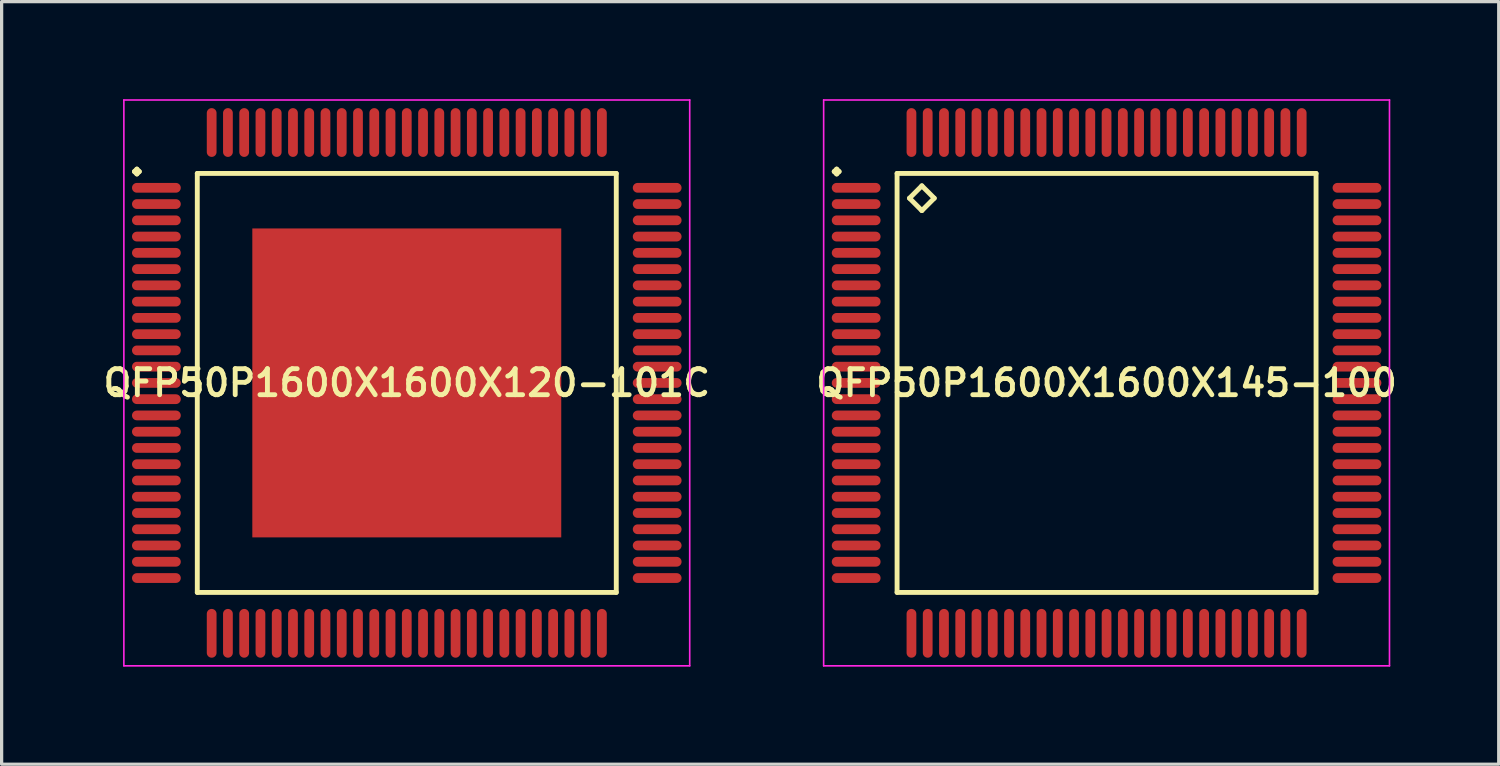
<source format=kicad_pcb>
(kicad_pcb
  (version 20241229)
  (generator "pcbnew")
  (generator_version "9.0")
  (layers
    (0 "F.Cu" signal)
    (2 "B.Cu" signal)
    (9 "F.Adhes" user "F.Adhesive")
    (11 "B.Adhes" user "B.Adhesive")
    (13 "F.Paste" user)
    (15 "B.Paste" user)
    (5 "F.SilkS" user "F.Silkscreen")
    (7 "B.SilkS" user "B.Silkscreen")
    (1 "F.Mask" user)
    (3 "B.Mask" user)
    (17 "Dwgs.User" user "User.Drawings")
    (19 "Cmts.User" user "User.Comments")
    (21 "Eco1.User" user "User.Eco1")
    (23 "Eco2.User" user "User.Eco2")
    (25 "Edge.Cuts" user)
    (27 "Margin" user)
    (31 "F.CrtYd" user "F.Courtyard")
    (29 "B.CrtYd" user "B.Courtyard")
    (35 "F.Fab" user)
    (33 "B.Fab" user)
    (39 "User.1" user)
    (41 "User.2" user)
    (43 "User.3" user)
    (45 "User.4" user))
  (footprint "QFP50P1600X1600X120-101C"
    (layer "F.Cu")
    (at 9.459 8.725)
    (property "Reference" "QFP50P1600X1600X120-101C" (at 0 0 0) (layer "F.SilkS") (effects (font (size 0.8 0.8) (thickness 0.15))))
    (attr smd)
    (fp_line (start -8.375 -6.5) (end -8.3 -6.575) (stroke (width 0.15) (type solid)) (layer "F.SilkS"))
    (fp_line (start -8.3 -6.575) (end -8.225 -6.5) (stroke (width 0.15) (type solid)) (layer "F.SilkS"))
    (fp_line (start -8.3 -6.425) (end -8.375 -6.5) (stroke (width 0.15) (type solid)) (layer "F.SilkS"))
    (fp_line (start -8.225 -6.5) (end -8.3 -6.425) (stroke (width 0.15) (type solid)) (layer "F.SilkS"))
    (fp_line (start -6.442 -6.442) (end -6.442 6.442) (stroke (width 0.15) (type solid)) (layer "F.SilkS"))
    (fp_line (start -6.442 6.442) (end 6.442 6.442) (stroke (width 0.15) (type solid)) (layer "F.SilkS"))
    (fp_line (start 6.442 -6.442) (end -6.442 -6.442) (stroke (width 0.15) (type solid)) (layer "F.SilkS"))
    (fp_line (start 6.442 6.442) (end 6.442 -6.442) (stroke (width 0.15) (type solid)) (layer "F.SilkS"))
    (fp_line (start -8.7 -8.7) (end 8.7 -8.7) (stroke (width 0.05) (type solid)) (layer "F.CrtYd"))
    (fp_line (start -8.7 8.7) (end -8.7 -8.7) (stroke (width 0.05) (type solid)) (layer "F.CrtYd"))
    (fp_line (start 8.7 -8.7) (end 8.7 8.7) (stroke (width 0.05) (type solid)) (layer "F.CrtYd"))
    (fp_line (start 8.7 8.7) (end -8.7 8.7) (stroke (width 0.05) (type solid)) (layer "F.CrtYd"))
    (pad "1" smd oval (at -7.7 -6) (size 1.5 0.3) (layers "F.Cu" "F.Mask" "F.Paste"))
    (pad "2" smd oval (at -7.7 -5.5) (size 1.5 0.3) (layers "F.Cu" "F.Mask" "F.Paste"))
    (pad "3" smd oval (at -7.7 -5) (size 1.5 0.3) (layers "F.Cu" "F.Mask" "F.Paste"))
    (pad "4" smd oval (at -7.7 -4.5) (size 1.5 0.3) (layers "F.Cu" "F.Mask" "F.Paste"))
    (pad "5" smd oval (at -7.7 -4) (size 1.5 0.3) (layers "F.Cu" "F.Mask" "F.Paste"))
    (pad "6" smd oval (at -7.7 -3.5) (size 1.5 0.3) (layers "F.Cu" "F.Mask" "F.Paste"))
    (pad "7" smd oval (at -7.7 -3) (size 1.5 0.3) (layers "F.Cu" "F.Mask" "F.Paste"))
    (pad "8" smd oval (at -7.7 -2.5) (size 1.5 0.3) (layers "F.Cu" "F.Mask" "F.Paste"))
    (pad "9" smd oval (at -7.7 -2) (size 1.5 0.3) (layers "F.Cu" "F.Mask" "F.Paste"))
    (pad "10" smd oval (at -7.7 -1.5) (size 1.5 0.3) (layers "F.Cu" "F.Mask" "F.Paste"))
    (pad "11" smd oval (at -7.7 -1) (size 1.5 0.3) (layers "F.Cu" "F.Mask" "F.Paste"))
    (pad "12" smd oval (at -7.7 -0.5) (size 1.5 0.3) (layers "F.Cu" "F.Mask" "F.Paste"))
    (pad "13" smd oval (at -7.7 0) (size 1.5 0.3) (layers "F.Cu" "F.Mask" "F.Paste"))
    (pad "14" smd oval (at -7.7 0.5) (size 1.5 0.3) (layers "F.Cu" "F.Mask" "F.Paste"))
    (pad "15" smd oval (at -7.7 1) (size 1.5 0.3) (layers "F.Cu" "F.Mask" "F.Paste"))
    (pad "16" smd oval (at -7.7 1.5) (size 1.5 0.3) (layers "F.Cu" "F.Mask" "F.Paste"))
    (pad "17" smd oval (at -7.7 2) (size 1.5 0.3) (layers "F.Cu" "F.Mask" "F.Paste"))
    (pad "18" smd oval (at -7.7 2.5) (size 1.5 0.3) (layers "F.Cu" "F.Mask" "F.Paste"))
    (pad "19" smd oval (at -7.7 3) (size 1.5 0.3) (layers "F.Cu" "F.Mask" "F.Paste"))
    (pad "20" smd oval (at -7.7 3.5) (size 1.5 0.3) (layers "F.Cu" "F.Mask" "F.Paste"))
    (pad "21" smd oval (at -7.7 4) (size 1.5 0.3) (layers "F.Cu" "F.Mask" "F.Paste"))
    (pad "22" smd oval (at -7.7 4.5) (size 1.5 0.3) (layers "F.Cu" "F.Mask" "F.Paste"))
    (pad "23" smd oval (at -7.7 5) (size 1.5 0.3) (layers "F.Cu" "F.Mask" "F.Paste"))
    (pad "24" smd oval (at -7.7 5.5) (size 1.5 0.3) (layers "F.Cu" "F.Mask" "F.Paste"))
    (pad "25" smd oval (at -7.7 6) (size 1.5 0.3) (layers "F.Cu" "F.Mask" "F.Paste"))
    (pad "26" smd oval (at -6 7.7) (size 0.3 1.5) (layers "F.Cu" "F.Mask" "F.Paste"))
    (pad "27" smd oval (at -5.5 7.7) (size 0.3 1.5) (layers "F.Cu" "F.Mask" "F.Paste"))
    (pad "28" smd oval (at -5 7.7) (size 0.3 1.5) (layers "F.Cu" "F.Mask" "F.Paste"))
    (pad "29" smd oval (at -4.5 7.7) (size 0.3 1.5) (layers "F.Cu" "F.Mask" "F.Paste"))
    (pad "30" smd oval (at -4 7.7) (size 0.3 1.5) (layers "F.Cu" "F.Mask" "F.Paste"))
    (pad "31" smd oval (at -3.5 7.7) (size 0.3 1.5) (layers "F.Cu" "F.Mask" "F.Paste"))
    (pad "32" smd oval (at -3 7.7) (size 0.3 1.5) (layers "F.Cu" "F.Mask" "F.Paste"))
    (pad "33" smd oval (at -2.5 7.7) (size 0.3 1.5) (layers "F.Cu" "F.Mask" "F.Paste"))
    (pad "34" smd oval (at -2 7.7) (size 0.3 1.5) (layers "F.Cu" "F.Mask" "F.Paste"))
    (pad "35" smd oval (at -1.5 7.7) (size 0.3 1.5) (layers "F.Cu" "F.Mask" "F.Paste"))
    (pad "36" smd oval (at -1 7.7) (size 0.3 1.5) (layers "F.Cu" "F.Mask" "F.Paste"))
    (pad "37" smd oval (at -0.5 7.7) (size 0.3 1.5) (layers "F.Cu" "F.Mask" "F.Paste"))
    (pad "38" smd oval (at 0 7.7) (size 0.3 1.5) (layers "F.Cu" "F.Mask" "F.Paste"))
    (pad "39" smd oval (at 0.5 7.7) (size 0.3 1.5) (layers "F.Cu" "F.Mask" "F.Paste"))
    (pad "40" smd oval (at 1 7.7) (size 0.3 1.5) (layers "F.Cu" "F.Mask" "F.Paste"))
    (pad "41" smd oval (at 1.5 7.7) (size 0.3 1.5) (layers "F.Cu" "F.Mask" "F.Paste"))
    (pad "42" smd oval (at 2 7.7) (size 0.3 1.5) (layers "F.Cu" "F.Mask" "F.Paste"))
    (pad "43" smd oval (at 2.5 7.7) (size 0.3 1.5) (layers "F.Cu" "F.Mask" "F.Paste"))
    (pad "44" smd oval (at 3 7.7) (size 0.3 1.5) (layers "F.Cu" "F.Mask" "F.Paste"))
    (pad "45" smd oval (at 3.5 7.7) (size 0.3 1.5) (layers "F.Cu" "F.Mask" "F.Paste"))
    (pad "46" smd oval (at 4 7.7) (size 0.3 1.5) (layers "F.Cu" "F.Mask" "F.Paste"))
    (pad "47" smd oval (at 4.5 7.7) (size 0.3 1.5) (layers "F.Cu" "F.Mask" "F.Paste"))
    (pad "48" smd oval (at 5 7.7) (size 0.3 1.5) (layers "F.Cu" "F.Mask" "F.Paste"))
    (pad "49" smd oval (at 5.5 7.7) (size 0.3 1.5) (layers "F.Cu" "F.Mask" "F.Paste"))
    (pad "50" smd oval (at 6 7.7) (size 0.3 1.5) (layers "F.Cu" "F.Mask" "F.Paste"))
    (pad "51" smd oval (at 7.7 6) (size 1.5 0.3) (layers "F.Cu" "F.Mask" "F.Paste"))
    (pad "52" smd oval (at 7.7 5.5) (size 1.5 0.3) (layers "F.Cu" "F.Mask" "F.Paste"))
    (pad "53" smd oval (at 7.7 5) (size 1.5 0.3) (layers "F.Cu" "F.Mask" "F.Paste"))
    (pad "54" smd oval (at 7.7 4.5) (size 1.5 0.3) (layers "F.Cu" "F.Mask" "F.Paste"))
    (pad "55" smd oval (at 7.7 4) (size 1.5 0.3) (layers "F.Cu" "F.Mask" "F.Paste"))
    (pad "56" smd oval (at 7.7 3.5) (size 1.5 0.3) (layers "F.Cu" "F.Mask" "F.Paste"))
    (pad "57" smd oval (at 7.7 3) (size 1.5 0.3) (layers "F.Cu" "F.Mask" "F.Paste"))
    (pad "58" smd oval (at 7.7 2.5) (size 1.5 0.3) (layers "F.Cu" "F.Mask" "F.Paste"))
    (pad "59" smd oval (at 7.7 2) (size 1.5 0.3) (layers "F.Cu" "F.Mask" "F.Paste"))
    (pad "60" smd oval (at 7.7 1.5) (size 1.5 0.3) (layers "F.Cu" "F.Mask" "F.Paste"))
    (pad "61" smd oval (at 7.7 1) (size 1.5 0.3) (layers "F.Cu" "F.Mask" "F.Paste"))
    (pad "62" smd oval (at 7.7 0.5) (size 1.5 0.3) (layers "F.Cu" "F.Mask" "F.Paste"))
    (pad "63" smd oval (at 7.7 0) (size 1.5 0.3) (layers "F.Cu" "F.Mask" "F.Paste"))
    (pad "64" smd oval (at 7.7 -0.5) (size 1.5 0.3) (layers "F.Cu" "F.Mask" "F.Paste"))
    (pad "65" smd oval (at 7.7 -1) (size 1.5 0.3) (layers "F.Cu" "F.Mask" "F.Paste"))
    (pad "66" smd oval (at 7.7 -1.5) (size 1.5 0.3) (layers "F.Cu" "F.Mask" "F.Paste"))
    (pad "67" smd oval (at 7.7 -2) (size 1.5 0.3) (layers "F.Cu" "F.Mask" "F.Paste"))
    (pad "68" smd oval (at 7.7 -2.5) (size 1.5 0.3) (layers "F.Cu" "F.Mask" "F.Paste"))
    (pad "69" smd oval (at 7.7 -3) (size 1.5 0.3) (layers "F.Cu" "F.Mask" "F.Paste"))
    (pad "70" smd oval (at 7.7 -3.5) (size 1.5 0.3) (layers "F.Cu" "F.Mask" "F.Paste"))
    (pad "71" smd oval (at 7.7 -4) (size 1.5 0.3) (layers "F.Cu" "F.Mask" "F.Paste"))
    (pad "72" smd oval (at 7.7 -4.5) (size 1.5 0.3) (layers "F.Cu" "F.Mask" "F.Paste"))
    (pad "73" smd oval (at 7.7 -5) (size 1.5 0.3) (layers "F.Cu" "F.Mask" "F.Paste"))
    (pad "74" smd oval (at 7.7 -5.5) (size 1.5 0.3) (layers "F.Cu" "F.Mask" "F.Paste"))
    (pad "75" smd oval (at 7.7 -6) (size 1.5 0.3) (layers "F.Cu" "F.Mask" "F.Paste"))
    (pad "76" smd oval (at 6 -7.7) (size 0.3 1.5) (layers "F.Cu" "F.Mask" "F.Paste"))
    (pad "77" smd oval (at 5.5 -7.7) (size 0.3 1.5) (layers "F.Cu" "F.Mask" "F.Paste"))
    (pad "78" smd oval (at 5 -7.7) (size 0.3 1.5) (layers "F.Cu" "F.Mask" "F.Paste"))
    (pad "79" smd oval (at 4.5 -7.7) (size 0.3 1.5) (layers "F.Cu" "F.Mask" "F.Paste"))
    (pad "80" smd oval (at 4 -7.7) (size 0.3 1.5) (layers "F.Cu" "F.Mask" "F.Paste"))
    (pad "81" smd oval (at 3.5 -7.7) (size 0.3 1.5) (layers "F.Cu" "F.Mask" "F.Paste"))
    (pad "82" smd oval (at 3 -7.7) (size 0.3 1.5) (layers "F.Cu" "F.Mask" "F.Paste"))
    (pad "83" smd oval (at 2.5 -7.7) (size 0.3 1.5) (layers "F.Cu" "F.Mask" "F.Paste"))
    (pad "84" smd oval (at 2 -7.7) (size 0.3 1.5) (layers "F.Cu" "F.Mask" "F.Paste"))
    (pad "85" smd oval (at 1.5 -7.7) (size 0.3 1.5) (layers "F.Cu" "F.Mask" "F.Paste"))
    (pad "86" smd oval (at 1 -7.7) (size 0.3 1.5) (layers "F.Cu" "F.Mask" "F.Paste"))
    (pad "87" smd oval (at 0.5 -7.7) (size 0.3 1.5) (layers "F.Cu" "F.Mask" "F.Paste"))
    (pad "88" smd oval (at 0 -7.7) (size 0.3 1.5) (layers "F.Cu" "F.Mask" "F.Paste"))
    (pad "89" smd oval (at -0.5 -7.7) (size 0.3 1.5) (layers "F.Cu" "F.Mask" "F.Paste"))
    (pad "90" smd oval (at -1 -7.7) (size 0.3 1.5) (layers "F.Cu" "F.Mask" "F.Paste"))
    (pad "91" smd oval (at -1.5 -7.7) (size 0.3 1.5) (layers "F.Cu" "F.Mask" "F.Paste"))
    (pad "92" smd oval (at -2 -7.7) (size 0.3 1.5) (layers "F.Cu" "F.Mask" "F.Paste"))
    (pad "93" smd oval (at -2.5 -7.7) (size 0.3 1.5) (layers "F.Cu" "F.Mask" "F.Paste"))
    (pad "94" smd oval (at -3 -7.7) (size 0.3 1.5) (layers "F.Cu" "F.Mask" "F.Paste"))
    (pad "95" smd oval (at -3.5 -7.7) (size 0.3 1.5) (layers "F.Cu" "F.Mask" "F.Paste"))
    (pad "96" smd oval (at -4 -7.7) (size 0.3 1.5) (layers "F.Cu" "F.Mask" "F.Paste"))
    (pad "97" smd oval (at -4.5 -7.7) (size 0.3 1.5) (layers "F.Cu" "F.Mask" "F.Paste"))
    (pad "98" smd oval (at -5 -7.7) (size 0.3 1.5) (layers "F.Cu" "F.Mask" "F.Paste"))
    (pad "99" smd oval (at -5.5 -7.7) (size 0.3 1.5) (layers "F.Cu" "F.Mask" "F.Paste"))
    (pad "100" smd oval (at -6 -7.7) (size 0.3 1.5) (layers "F.Cu" "F.Mask" "F.Paste"))
    (pad "101" smd rect (at 0 0) (size 9.5 9.5) (layers "F.Cu" "F.Mask" "F.Paste")))
  (footprint "QFP50P1600X1600X145-100"
    (layer "F.Cu")
    (at 30.978 8.725)
    (property "Reference" "QFP50P1600X1600X145-100" (at 0 0 0) (layer "F.SilkS") (effects (font (size 0.8 0.8) (thickness 0.15))))
    (attr smd)
    (fp_line (start -8.375 -6.5) (end -8.3 -6.575) (stroke (width 0.15) (type solid)) (layer "F.SilkS"))
    (fp_line (start -8.3 -6.575) (end -8.225 -6.5) (stroke (width 0.15) (type solid)) (layer "F.SilkS"))
    (fp_line (start -8.3 -6.425) (end -8.375 -6.5) (stroke (width 0.15) (type solid)) (layer "F.SilkS"))
    (fp_line (start -8.225 -6.5) (end -8.3 -6.425) (stroke (width 0.15) (type solid)) (layer "F.SilkS"))
    (fp_line (start -6.442 -6.442) (end -6.442 6.442) (stroke (width 0.15) (type solid)) (layer "F.SilkS"))
    (fp_line (start -6.442 6.442) (end 6.442 6.442) (stroke (width 0.15) (type solid)) (layer "F.SilkS"))
    (fp_line (start -6.061 -5.68) (end -5.68 -6.061) (stroke (width 0.15) (type solid)) (layer "F.SilkS"))
    (fp_line (start -5.68 -6.061) (end -5.299 -5.68) (stroke (width 0.15) (type solid)) (layer "F.SilkS"))
    (fp_line (start -5.68 -5.299) (end -6.061 -5.68) (stroke (width 0.15) (type solid)) (layer "F.SilkS"))
    (fp_line (start -5.299 -5.68) (end -5.68 -5.299) (stroke (width 0.15) (type solid)) (layer "F.SilkS"))
    (fp_line (start 6.442 -6.442) (end -6.442 -6.442) (stroke (width 0.15) (type solid)) (layer "F.SilkS"))
    (fp_line (start 6.442 6.442) (end 6.442 -6.442) (stroke (width 0.15) (type solid)) (layer "F.SilkS"))
    (fp_line (start -8.7 -8.7) (end 8.7 -8.7) (stroke (width 0.05) (type solid)) (layer "F.CrtYd"))
    (fp_line (start -8.7 8.7) (end -8.7 -8.7) (stroke (width 0.05) (type solid)) (layer "F.CrtYd"))
    (fp_line (start 8.7 -8.7) (end 8.7 8.7) (stroke (width 0.05) (type solid)) (layer "F.CrtYd"))
    (fp_line (start 8.7 8.7) (end -8.7 8.7) (stroke (width 0.05) (type solid)) (layer "F.CrtYd"))
    (pad "1" smd oval (at -7.7 -6) (size 1.5 0.3) (layers "F.Cu" "F.Mask" "F.Paste"))
    (pad "2" smd oval (at -7.7 -5.5) (size 1.5 0.3) (layers "F.Cu" "F.Mask" "F.Paste"))
    (pad "3" smd oval (at -7.7 -5) (size 1.5 0.3) (layers "F.Cu" "F.Mask" "F.Paste"))
    (pad "4" smd oval (at -7.7 -4.5) (size 1.5 0.3) (layers "F.Cu" "F.Mask" "F.Paste"))
    (pad "5" smd oval (at -7.7 -4) (size 1.5 0.3) (layers "F.Cu" "F.Mask" "F.Paste"))
    (pad "6" smd oval (at -7.7 -3.5) (size 1.5 0.3) (layers "F.Cu" "F.Mask" "F.Paste"))
    (pad "7" smd oval (at -7.7 -3) (size 1.5 0.3) (layers "F.Cu" "F.Mask" "F.Paste"))
    (pad "8" smd oval (at -7.7 -2.5) (size 1.5 0.3) (layers "F.Cu" "F.Mask" "F.Paste"))
    (pad "9" smd oval (at -7.7 -2) (size 1.5 0.3) (layers "F.Cu" "F.Mask" "F.Paste"))
    (pad "10" smd oval (at -7.7 -1.5) (size 1.5 0.3) (layers "F.Cu" "F.Mask" "F.Paste"))
    (pad "11" smd oval (at -7.7 -1) (size 1.5 0.3) (layers "F.Cu" "F.Mask" "F.Paste"))
    (pad "12" smd oval (at -7.7 -0.5) (size 1.5 0.3) (layers "F.Cu" "F.Mask" "F.Paste"))
    (pad "13" smd oval (at -7.7 0) (size 1.5 0.3) (layers "F.Cu" "F.Mask" "F.Paste"))
    (pad "14" smd oval (at -7.7 0.5) (size 1.5 0.3) (layers "F.Cu" "F.Mask" "F.Paste"))
    (pad "15" smd oval (at -7.7 1) (size 1.5 0.3) (layers "F.Cu" "F.Mask" "F.Paste"))
    (pad "16" smd oval (at -7.7 1.5) (size 1.5 0.3) (layers "F.Cu" "F.Mask" "F.Paste"))
    (pad "17" smd oval (at -7.7 2) (size 1.5 0.3) (layers "F.Cu" "F.Mask" "F.Paste"))
    (pad "18" smd oval (at -7.7 2.5) (size 1.5 0.3) (layers "F.Cu" "F.Mask" "F.Paste"))
    (pad "19" smd oval (at -7.7 3) (size 1.5 0.3) (layers "F.Cu" "F.Mask" "F.Paste"))
    (pad "20" smd oval (at -7.7 3.5) (size 1.5 0.3) (layers "F.Cu" "F.Mask" "F.Paste"))
    (pad "21" smd oval (at -7.7 4) (size 1.5 0.3) (layers "F.Cu" "F.Mask" "F.Paste"))
    (pad "22" smd oval (at -7.7 4.5) (size 1.5 0.3) (layers "F.Cu" "F.Mask" "F.Paste"))
    (pad "23" smd oval (at -7.7 5) (size 1.5 0.3) (layers "F.Cu" "F.Mask" "F.Paste"))
    (pad "24" smd oval (at -7.7 5.5) (size 1.5 0.3) (layers "F.Cu" "F.Mask" "F.Paste"))
    (pad "25" smd oval (at -7.7 6) (size 1.5 0.3) (layers "F.Cu" "F.Mask" "F.Paste"))
    (pad "26" smd oval (at -6 7.7) (size 0.3 1.5) (layers "F.Cu" "F.Mask" "F.Paste"))
    (pad "27" smd oval (at -5.5 7.7) (size 0.3 1.5) (layers "F.Cu" "F.Mask" "F.Paste"))
    (pad "28" smd oval (at -5 7.7) (size 0.3 1.5) (layers "F.Cu" "F.Mask" "F.Paste"))
    (pad "29" smd oval (at -4.5 7.7) (size 0.3 1.5) (layers "F.Cu" "F.Mask" "F.Paste"))
    (pad "30" smd oval (at -4 7.7) (size 0.3 1.5) (layers "F.Cu" "F.Mask" "F.Paste"))
    (pad "31" smd oval (at -3.5 7.7) (size 0.3 1.5) (layers "F.Cu" "F.Mask" "F.Paste"))
    (pad "32" smd oval (at -3 7.7) (size 0.3 1.5) (layers "F.Cu" "F.Mask" "F.Paste"))
    (pad "33" smd oval (at -2.5 7.7) (size 0.3 1.5) (layers "F.Cu" "F.Mask" "F.Paste"))
    (pad "34" smd oval (at -2 7.7) (size 0.3 1.5) (layers "F.Cu" "F.Mask" "F.Paste"))
    (pad "35" smd oval (at -1.5 7.7) (size 0.3 1.5) (layers "F.Cu" "F.Mask" "F.Paste"))
    (pad "36" smd oval (at -1 7.7) (size 0.3 1.5) (layers "F.Cu" "F.Mask" "F.Paste"))
    (pad "37" smd oval (at -0.5 7.7) (size 0.3 1.5) (layers "F.Cu" "F.Mask" "F.Paste"))
    (pad "38" smd oval (at 0 7.7) (size 0.3 1.5) (layers "F.Cu" "F.Mask" "F.Paste"))
    (pad "39" smd oval (at 0.5 7.7) (size 0.3 1.5) (layers "F.Cu" "F.Mask" "F.Paste"))
    (pad "40" smd oval (at 1 7.7) (size 0.3 1.5) (layers "F.Cu" "F.Mask" "F.Paste"))
    (pad "41" smd oval (at 1.5 7.7) (size 0.3 1.5) (layers "F.Cu" "F.Mask" "F.Paste"))
    (pad "42" smd oval (at 2 7.7) (size 0.3 1.5) (layers "F.Cu" "F.Mask" "F.Paste"))
    (pad "43" smd oval (at 2.5 7.7) (size 0.3 1.5) (layers "F.Cu" "F.Mask" "F.Paste"))
    (pad "44" smd oval (at 3 7.7) (size 0.3 1.5) (layers "F.Cu" "F.Mask" "F.Paste"))
    (pad "45" smd oval (at 3.5 7.7) (size 0.3 1.5) (layers "F.Cu" "F.Mask" "F.Paste"))
    (pad "46" smd oval (at 4 7.7) (size 0.3 1.5) (layers "F.Cu" "F.Mask" "F.Paste"))
    (pad "47" smd oval (at 4.5 7.7) (size 0.3 1.5) (layers "F.Cu" "F.Mask" "F.Paste"))
    (pad "48" smd oval (at 5 7.7) (size 0.3 1.5) (layers "F.Cu" "F.Mask" "F.Paste"))
    (pad "49" smd oval (at 5.5 7.7) (size 0.3 1.5) (layers "F.Cu" "F.Mask" "F.Paste"))
    (pad "50" smd oval (at 6 7.7) (size 0.3 1.5) (layers "F.Cu" "F.Mask" "F.Paste"))
    (pad "51" smd oval (at 7.7 6) (size 1.5 0.3) (layers "F.Cu" "F.Mask" "F.Paste"))
    (pad "52" smd oval (at 7.7 5.5) (size 1.5 0.3) (layers "F.Cu" "F.Mask" "F.Paste"))
    (pad "53" smd oval (at 7.7 5) (size 1.5 0.3) (layers "F.Cu" "F.Mask" "F.Paste"))
    (pad "54" smd oval (at 7.7 4.5) (size 1.5 0.3) (layers "F.Cu" "F.Mask" "F.Paste"))
    (pad "55" smd oval (at 7.7 4) (size 1.5 0.3) (layers "F.Cu" "F.Mask" "F.Paste"))
    (pad "56" smd oval (at 7.7 3.5) (size 1.5 0.3) (layers "F.Cu" "F.Mask" "F.Paste"))
    (pad "57" smd oval (at 7.7 3) (size 1.5 0.3) (layers "F.Cu" "F.Mask" "F.Paste"))
    (pad "58" smd oval (at 7.7 2.5) (size 1.5 0.3) (layers "F.Cu" "F.Mask" "F.Paste"))
    (pad "59" smd oval (at 7.7 2) (size 1.5 0.3) (layers "F.Cu" "F.Mask" "F.Paste"))
    (pad "60" smd oval (at 7.7 1.5) (size 1.5 0.3) (layers "F.Cu" "F.Mask" "F.Paste"))
    (pad "61" smd oval (at 7.7 1) (size 1.5 0.3) (layers "F.Cu" "F.Mask" "F.Paste"))
    (pad "62" smd oval (at 7.7 0.5) (size 1.5 0.3) (layers "F.Cu" "F.Mask" "F.Paste"))
    (pad "63" smd oval (at 7.7 0) (size 1.5 0.3) (layers "F.Cu" "F.Mask" "F.Paste"))
    (pad "64" smd oval (at 7.7 -0.5) (size 1.5 0.3) (layers "F.Cu" "F.Mask" "F.Paste"))
    (pad "65" smd oval (at 7.7 -1) (size 1.5 0.3) (layers "F.Cu" "F.Mask" "F.Paste"))
    (pad "66" smd oval (at 7.7 -1.5) (size 1.5 0.3) (layers "F.Cu" "F.Mask" "F.Paste"))
    (pad "67" smd oval (at 7.7 -2) (size 1.5 0.3) (layers "F.Cu" "F.Mask" "F.Paste"))
    (pad "68" smd oval (at 7.7 -2.5) (size 1.5 0.3) (layers "F.Cu" "F.Mask" "F.Paste"))
    (pad "69" smd oval (at 7.7 -3) (size 1.5 0.3) (layers "F.Cu" "F.Mask" "F.Paste"))
    (pad "70" smd oval (at 7.7 -3.5) (size 1.5 0.3) (layers "F.Cu" "F.Mask" "F.Paste"))
    (pad "71" smd oval (at 7.7 -4) (size 1.5 0.3) (layers "F.Cu" "F.Mask" "F.Paste"))
    (pad "72" smd oval (at 7.7 -4.5) (size 1.5 0.3) (layers "F.Cu" "F.Mask" "F.Paste"))
    (pad "73" smd oval (at 7.7 -5) (size 1.5 0.3) (layers "F.Cu" "F.Mask" "F.Paste"))
    (pad "74" smd oval (at 7.7 -5.5) (size 1.5 0.3) (layers "F.Cu" "F.Mask" "F.Paste"))
    (pad "75" smd oval (at 7.7 -6) (size 1.5 0.3) (layers "F.Cu" "F.Mask" "F.Paste"))
    (pad "76" smd oval (at 6 -7.7) (size 0.3 1.5) (layers "F.Cu" "F.Mask" "F.Paste"))
    (pad "77" smd oval (at 5.5 -7.7) (size 0.3 1.5) (layers "F.Cu" "F.Mask" "F.Paste"))
    (pad "78" smd oval (at 5 -7.7) (size 0.3 1.5) (layers "F.Cu" "F.Mask" "F.Paste"))
    (pad "79" smd oval (at 4.5 -7.7) (size 0.3 1.5) (layers "F.Cu" "F.Mask" "F.Paste"))
    (pad "80" smd oval (at 4 -7.7) (size 0.3 1.5) (layers "F.Cu" "F.Mask" "F.Paste"))
    (pad "81" smd oval (at 3.5 -7.7) (size 0.3 1.5) (layers "F.Cu" "F.Mask" "F.Paste"))
    (pad "82" smd oval (at 3 -7.7) (size 0.3 1.5) (layers "F.Cu" "F.Mask" "F.Paste"))
    (pad "83" smd oval (at 2.5 -7.7) (size 0.3 1.5) (layers "F.Cu" "F.Mask" "F.Paste"))
    (pad "84" smd oval (at 2 -7.7) (size 0.3 1.5) (layers "F.Cu" "F.Mask" "F.Paste"))
    (pad "85" smd oval (at 1.5 -7.7) (size 0.3 1.5) (layers "F.Cu" "F.Mask" "F.Paste"))
    (pad "86" smd oval (at 1 -7.7) (size 0.3 1.5) (layers "F.Cu" "F.Mask" "F.Paste"))
    (pad "87" smd oval (at 0.5 -7.7) (size 0.3 1.5) (layers "F.Cu" "F.Mask" "F.Paste"))
    (pad "88" smd oval (at 0 -7.7) (size 0.3 1.5) (layers "F.Cu" "F.Mask" "F.Paste"))
    (pad "89" smd oval (at -0.5 -7.7) (size 0.3 1.5) (layers "F.Cu" "F.Mask" "F.Paste"))
    (pad "90" smd oval (at -1 -7.7) (size 0.3 1.5) (layers "F.Cu" "F.Mask" "F.Paste"))
    (pad "91" smd oval (at -1.5 -7.7) (size 0.3 1.5) (layers "F.Cu" "F.Mask" "F.Paste"))
    (pad "92" smd oval (at -2 -7.7) (size 0.3 1.5) (layers "F.Cu" "F.Mask" "F.Paste"))
    (pad "93" smd oval (at -2.5 -7.7) (size 0.3 1.5) (layers "F.Cu" "F.Mask" "F.Paste"))
    (pad "94" smd oval (at -3 -7.7) (size 0.3 1.5) (layers "F.Cu" "F.Mask" "F.Paste"))
    (pad "95" smd oval (at -3.5 -7.7) (size 0.3 1.5) (layers "F.Cu" "F.Mask" "F.Paste"))
    (pad "96" smd oval (at -4 -7.7) (size 0.3 1.5) (layers "F.Cu" "F.Mask" "F.Paste"))
    (pad "97" smd oval (at -4.5 -7.7) (size 0.3 1.5) (layers "F.Cu" "F.Mask" "F.Paste"))
    (pad "98" smd oval (at -5 -7.7) (size 0.3 1.5) (layers "F.Cu" "F.Mask" "F.Paste"))
    (pad "99" smd oval (at -5.5 -7.7) (size 0.3 1.5) (layers "F.Cu" "F.Mask" "F.Paste"))
    (pad "100" smd oval (at -6 -7.7) (size 0.3 1.5) (layers "F.Cu" "F.Mask" "F.Paste")))
  (gr_rect
    (start -3 -3)
    (end 43.037 20.45)
    (stroke (width 0.1) (type default))
    (fill no)
    (layer "Edge.Cuts")))
</source>
